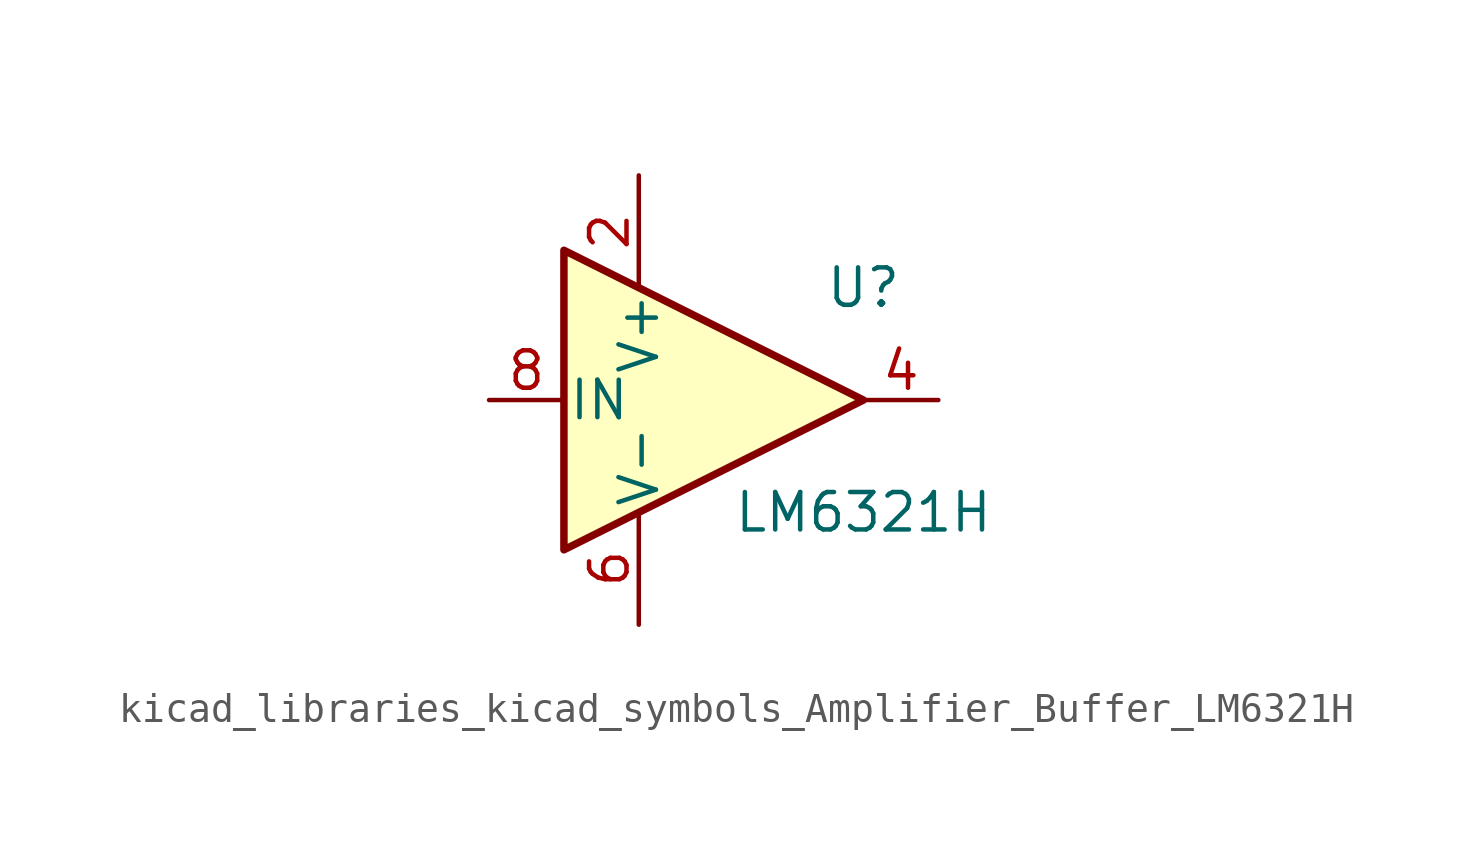
<source format=kicad_sym>
(kicad_symbol_lib
  (version 20220914)
  (generator kicad_symbol_editor)
  (symbol "kicad_libraries_kicad_symbols_Amplifier_Buffer_LM6321H"
    (pin_names
      (offset 0.127))
    (property "Reference" "U"
      (at 5.08 3.81 0)
      (effects (font (size 1.27 1.27))))
    (property "Value" "LM6321H"
      (at 5.08 -3.81 0)
      (effects (font (size 1.27 1.27))))
    (symbol "kicad_libraries_kicad_symbols_Amplifier_Buffer_LM6321H_0_1"
      (polyline (pts (xy 5.08 0) (xy -5.08 5.08) (xy -5.08 -5.08) (xy 5.08 0)) (stroke (width 0.254) (type default)) (fill (type background))))
    (symbol "kicad_libraries_kicad_symbols_Amplifier_Buffer_LM6321H_1_1"
      (pin no_connect line (at -2.54 2.54 270) (length 2.54) hide (name "NC" (effects (font (size 1.27 1.27)))) (number "1" (effects (font (size 1.27 1.27)))))
      (pin power_in line (at -2.54 7.62 270) (length 3.81) (name "V+" (effects (font (size 1.27 1.27)))) (number "2" (effects (font (size 1.27 1.27)))))
      (pin no_connect line (at 0 2.54 270) (length 2.54) hide (name "NC" (effects (font (size 1.27 1.27)))) (number "3" (effects (font (size 1.27 1.27)))))
      (pin output line (at 7.62 0 180) (length 2.54) (name "~" (effects (font (size 1.27 1.27)))) (number "4" (effects (font (size 1.27 1.27)))))
      (pin no_connect line (at 0 -2.54 90) (length 2.54) hide (name "NC" (effects (font (size 1.27 1.27)))) (number "5" (effects (font (size 1.27 1.27)))))
      (pin power_in line (at -2.54 -7.62 90) (length 3.81) (name "V-" (effects (font (size 1.27 1.27)))) (number "6" (effects (font (size 1.27 1.27)))))
      (pin no_connect line (at -2.54 -2.54 90) (length 2.54) hide (name "NC" (effects (font (size 1.27 1.27)))) (number "7" (effects (font (size 1.27 1.27)))))
      (pin input line (at -7.62 0 0) (length 2.54) (name "IN" (effects (font (size 1.27 1.27)))) (number "8" (effects (font (size 1.27 1.27))))))))
</source>
